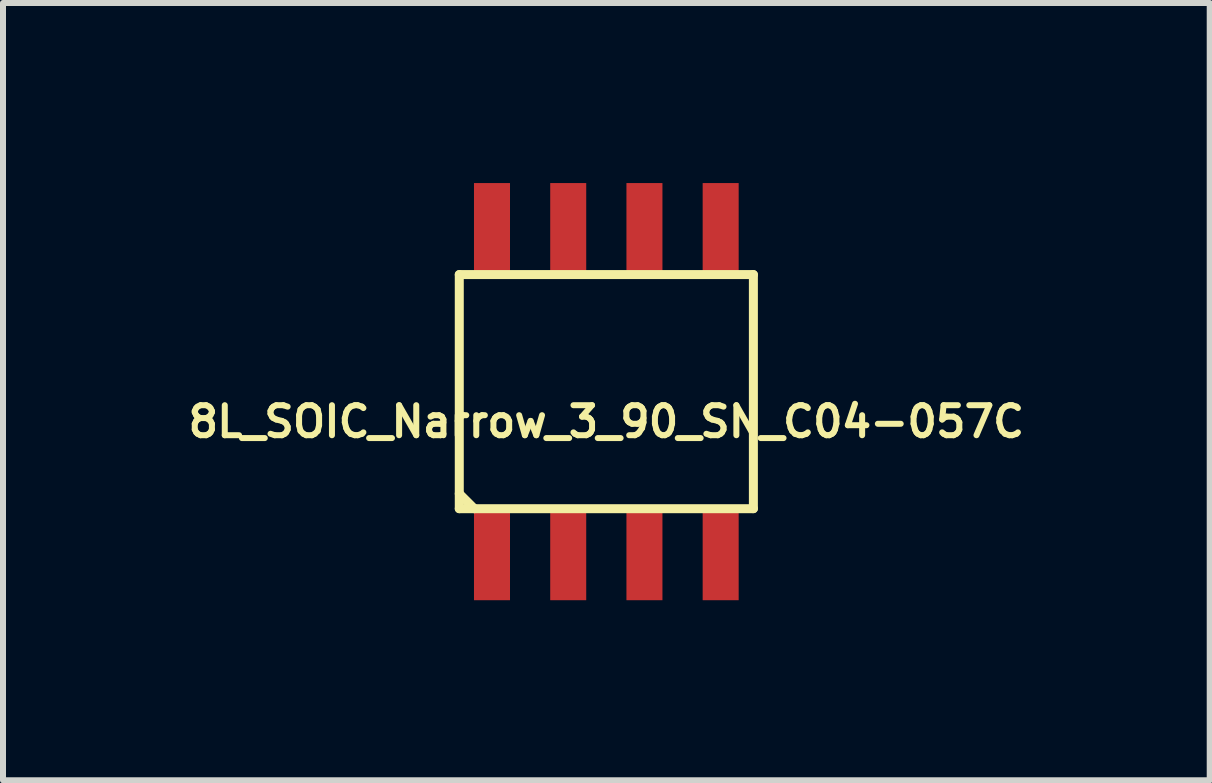
<source format=kicad_pcb>
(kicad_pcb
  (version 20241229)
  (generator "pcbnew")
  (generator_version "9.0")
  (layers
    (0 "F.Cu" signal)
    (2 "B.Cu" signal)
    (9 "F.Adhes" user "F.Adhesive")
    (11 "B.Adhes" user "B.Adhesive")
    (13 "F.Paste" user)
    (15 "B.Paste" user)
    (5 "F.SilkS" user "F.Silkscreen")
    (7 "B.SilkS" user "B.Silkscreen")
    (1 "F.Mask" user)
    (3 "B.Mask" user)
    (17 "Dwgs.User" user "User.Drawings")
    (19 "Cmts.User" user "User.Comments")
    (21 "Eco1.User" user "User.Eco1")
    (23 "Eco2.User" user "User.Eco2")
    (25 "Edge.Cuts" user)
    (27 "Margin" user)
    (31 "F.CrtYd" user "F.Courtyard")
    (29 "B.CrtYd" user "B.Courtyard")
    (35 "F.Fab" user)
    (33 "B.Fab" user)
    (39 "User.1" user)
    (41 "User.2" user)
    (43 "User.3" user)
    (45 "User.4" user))
  (footprint "8L_SOIC_Narrow_3_90_SN_C04-057C"
    (layer "F.Cu")
    (at 7.052 3.475)
    (property "Reference" "8L_SOIC_Narrow_3_90_SN_C04-057C" (at 0 0.5 0) (layer "F.SilkS") (effects (font (size 0.5 0.5) (thickness 0.1))))
    (attr through_hole)
    (fp_line (start -2.45 -1.95) (end 2.45 -1.95) (stroke (width 0.15) (type solid)) (layer "F.SilkS"))
    (fp_line (start -2.45 1.7) (end -2.2 1.95) (stroke (width 0.15) (type solid)) (layer "F.SilkS"))
    (fp_line (start -2.45 1.95) (end -2.45 -1.95) (stroke (width 0.15) (type solid)) (layer "F.SilkS"))
    (fp_line (start -2.45 1.95) (end 2.45 1.95) (stroke (width 0.15) (type solid)) (layer "F.SilkS"))
    (fp_line (start 2.45 1.95) (end 2.45 -1.95) (stroke (width 0.15) (type solid)) (layer "F.SilkS"))
    (pad "1" smd rect (at -1.905 2.7) (size 0.6 1.55) (layers "F.Cu" "F.Mask" "F.Paste"))
    (pad "2" smd rect (at -0.635 2.7) (size 0.6 1.55) (layers "F.Cu" "F.Mask" "F.Paste"))
    (pad "3" smd rect (at 0.635 2.7) (size 0.6 1.55) (layers "F.Cu" "F.Mask" "F.Paste"))
    (pad "4" smd rect (at 1.905 2.7) (size 0.6 1.55) (layers "F.Cu" "F.Mask" "F.Paste"))
    (pad "5" smd rect (at 1.905 -2.7) (size 0.6 1.55) (layers "F.Cu" "F.Mask" "F.Paste"))
    (pad "6" smd rect (at 0.635 -2.7) (size 0.6 1.55) (layers "F.Cu" "F.Mask" "F.Paste"))
    (pad "7" smd rect (at -0.635 -2.7) (size 0.6 1.55) (layers "F.Cu" "F.Mask" "F.Paste"))
    (pad "8" smd rect (at -1.905 -2.7) (size 0.6 1.55) (layers "F.Cu" "F.Mask" "F.Paste")))
  (gr_rect
    (start -3 -3)
    (end 17.105 9.95)
    (stroke (width 0.1) (type default))
    (fill no)
    (layer "Edge.Cuts")))
</source>
